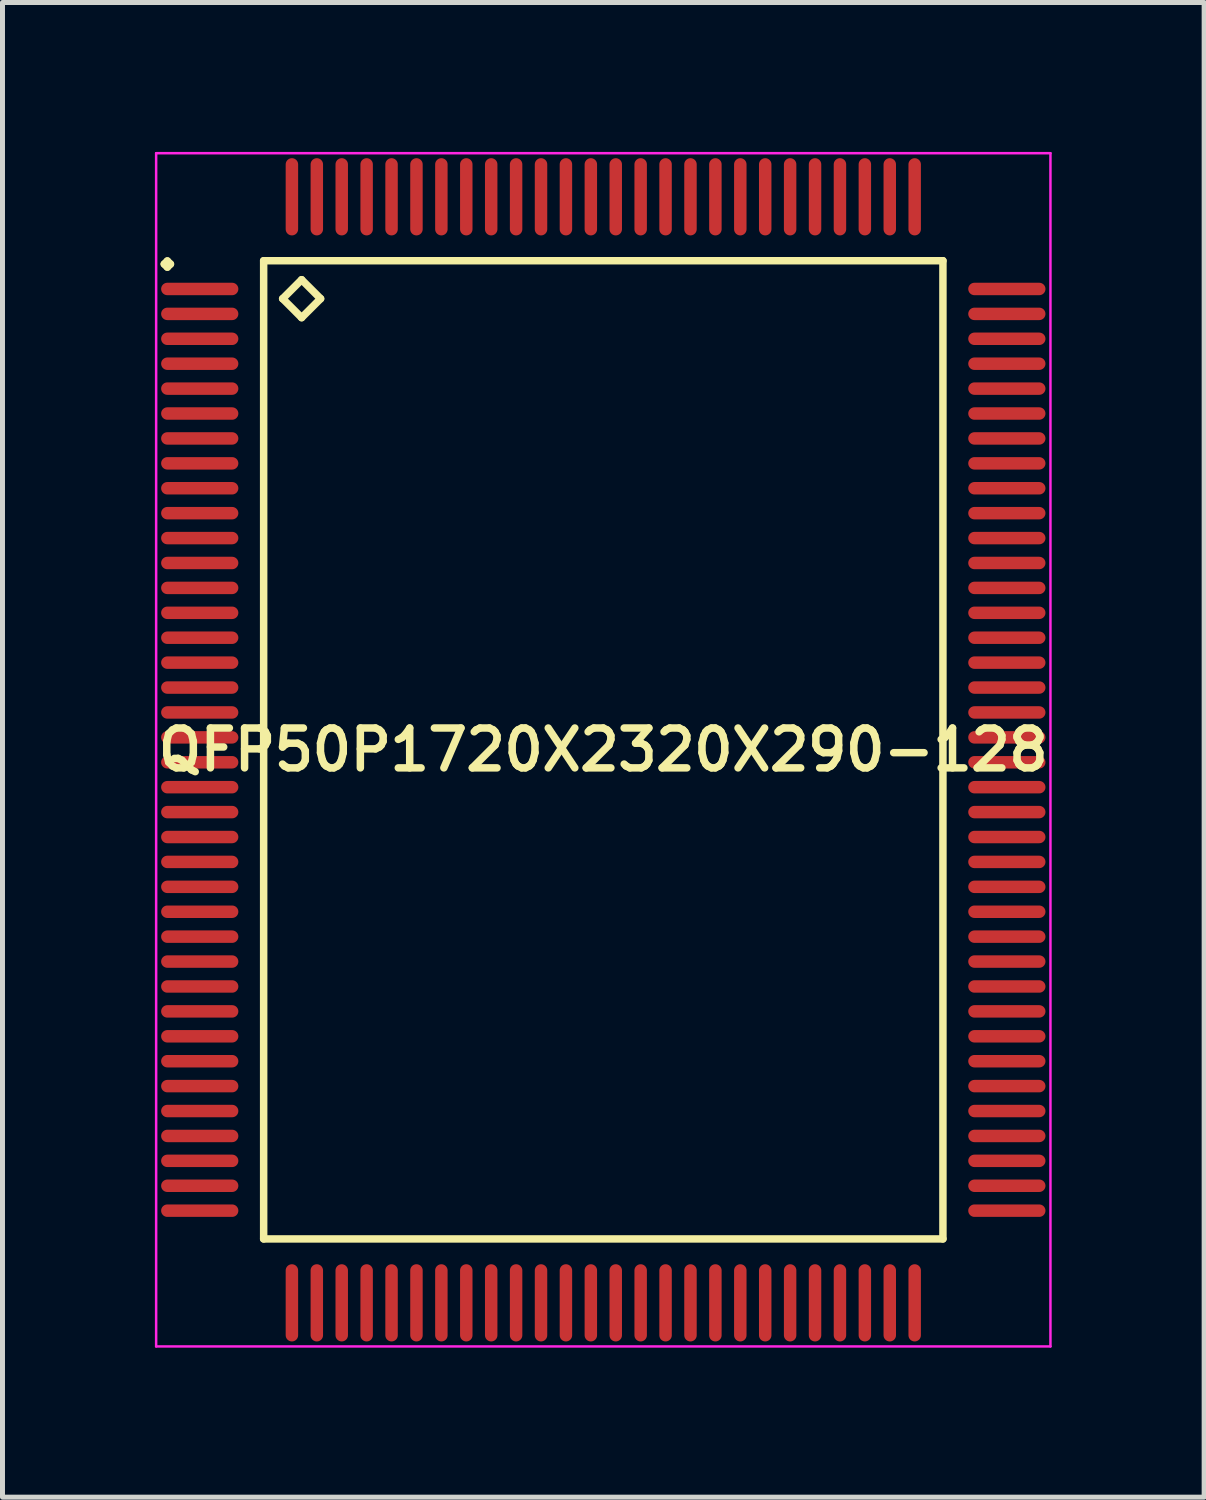
<source format=kicad_pcb>
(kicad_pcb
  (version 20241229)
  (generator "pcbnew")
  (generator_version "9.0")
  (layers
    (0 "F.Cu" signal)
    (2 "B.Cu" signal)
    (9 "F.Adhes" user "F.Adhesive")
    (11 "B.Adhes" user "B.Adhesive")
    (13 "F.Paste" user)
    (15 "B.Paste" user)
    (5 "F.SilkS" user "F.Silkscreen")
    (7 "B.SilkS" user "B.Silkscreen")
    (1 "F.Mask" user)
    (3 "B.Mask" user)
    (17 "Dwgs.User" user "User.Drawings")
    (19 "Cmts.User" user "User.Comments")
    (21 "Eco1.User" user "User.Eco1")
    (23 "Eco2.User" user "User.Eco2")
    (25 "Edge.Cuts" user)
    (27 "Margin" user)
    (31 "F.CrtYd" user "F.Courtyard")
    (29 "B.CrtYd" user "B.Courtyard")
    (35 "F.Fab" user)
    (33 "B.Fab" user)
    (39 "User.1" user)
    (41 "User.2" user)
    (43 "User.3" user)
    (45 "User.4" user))
  (footprint "QFP50P1720X2320X290-128"
    (layer "F.Cu")
    (at 9.059 12)
    (property "Reference" "QFP50P1720X2320X290-128" (at 0 0 0) (layer "F.SilkS") (effects (font (size 0.8 0.8) (thickness 0.15))))
    (attr smd)
    (fp_line (start -8.812 -9.75) (end -8.75 -9.812) (stroke (width 0.15) (type solid)) (layer "F.SilkS"))
    (fp_line (start -8.75 -9.812) (end -8.688 -9.75) (stroke (width 0.15) (type solid)) (layer "F.SilkS"))
    (fp_line (start -8.75 -9.688) (end -8.812 -9.75) (stroke (width 0.15) (type solid)) (layer "F.SilkS"))
    (fp_line (start -8.688 -9.75) (end -8.75 -9.688) (stroke (width 0.15) (type solid)) (layer "F.SilkS"))
    (fp_line (start -6.817 -9.817) (end -6.817 9.817) (stroke (width 0.15) (type solid)) (layer "F.SilkS"))
    (fp_line (start -6.817 9.817) (end 6.817 9.817) (stroke (width 0.15) (type solid)) (layer "F.SilkS"))
    (fp_line (start -6.436 -9.055) (end -6.055 -9.436) (stroke (width 0.15) (type solid)) (layer "F.SilkS"))
    (fp_line (start -6.055 -9.436) (end -5.674 -9.055) (stroke (width 0.15) (type solid)) (layer "F.SilkS"))
    (fp_line (start -6.055 -8.674) (end -6.436 -9.055) (stroke (width 0.15) (type solid)) (layer "F.SilkS"))
    (fp_line (start -5.674 -9.055) (end -6.055 -8.674) (stroke (width 0.15) (type solid)) (layer "F.SilkS"))
    (fp_line (start 6.817 -9.817) (end -6.817 -9.817) (stroke (width 0.15) (type solid)) (layer "F.SilkS"))
    (fp_line (start 6.817 9.817) (end 6.817 -9.817) (stroke (width 0.15) (type solid)) (layer "F.SilkS"))
    (fp_line (start -8.975 -11.975) (end 8.975 -11.975) (stroke (width 0.05) (type solid)) (layer "F.CrtYd"))
    (fp_line (start -8.975 11.975) (end -8.975 -11.975) (stroke (width 0.05) (type solid)) (layer "F.CrtYd"))
    (fp_line (start 8.975 -11.975) (end 8.975 11.975) (stroke (width 0.05) (type solid)) (layer "F.CrtYd"))
    (fp_line (start 8.975 11.975) (end -8.975 11.975) (stroke (width 0.05) (type solid)) (layer "F.CrtYd"))
    (pad "1" smd oval (at -8.1 -9.25) (size 1.55 0.25) (layers "F.Cu" "F.Mask" "F.Paste"))
    (pad "2" smd oval (at -8.1 -8.75) (size 1.55 0.25) (layers "F.Cu" "F.Mask" "F.Paste"))
    (pad "3" smd oval (at -8.1 -8.25) (size 1.55 0.25) (layers "F.Cu" "F.Mask" "F.Paste"))
    (pad "4" smd oval (at -8.1 -7.75) (size 1.55 0.25) (layers "F.Cu" "F.Mask" "F.Paste"))
    (pad "5" smd oval (at -8.1 -7.25) (size 1.55 0.25) (layers "F.Cu" "F.Mask" "F.Paste"))
    (pad "6" smd oval (at -8.1 -6.75) (size 1.55 0.25) (layers "F.Cu" "F.Mask" "F.Paste"))
    (pad "7" smd oval (at -8.1 -6.25) (size 1.55 0.25) (layers "F.Cu" "F.Mask" "F.Paste"))
    (pad "8" smd oval (at -8.1 -5.75) (size 1.55 0.25) (layers "F.Cu" "F.Mask" "F.Paste"))
    (pad "9" smd oval (at -8.1 -5.25) (size 1.55 0.25) (layers "F.Cu" "F.Mask" "F.Paste"))
    (pad "10" smd oval (at -8.1 -4.75) (size 1.55 0.25) (layers "F.Cu" "F.Mask" "F.Paste"))
    (pad "11" smd oval (at -8.1 -4.25) (size 1.55 0.25) (layers "F.Cu" "F.Mask" "F.Paste"))
    (pad "12" smd oval (at -8.1 -3.75) (size 1.55 0.25) (layers "F.Cu" "F.Mask" "F.Paste"))
    (pad "13" smd oval (at -8.1 -3.25) (size 1.55 0.25) (layers "F.Cu" "F.Mask" "F.Paste"))
    (pad "14" smd oval (at -8.1 -2.75) (size 1.55 0.25) (layers "F.Cu" "F.Mask" "F.Paste"))
    (pad "15" smd oval (at -8.1 -2.25) (size 1.55 0.25) (layers "F.Cu" "F.Mask" "F.Paste"))
    (pad "16" smd oval (at -8.1 -1.75) (size 1.55 0.25) (layers "F.Cu" "F.Mask" "F.Paste"))
    (pad "17" smd oval (at -8.1 -1.25) (size 1.55 0.25) (layers "F.Cu" "F.Mask" "F.Paste"))
    (pad "18" smd oval (at -8.1 -0.75) (size 1.55 0.25) (layers "F.Cu" "F.Mask" "F.Paste"))
    (pad "19" smd oval (at -8.1 -0.25) (size 1.55 0.25) (layers "F.Cu" "F.Mask" "F.Paste"))
    (pad "20" smd oval (at -8.1 0.25) (size 1.55 0.25) (layers "F.Cu" "F.Mask" "F.Paste"))
    (pad "21" smd oval (at -8.1 0.75) (size 1.55 0.25) (layers "F.Cu" "F.Mask" "F.Paste"))
    (pad "22" smd oval (at -8.1 1.25) (size 1.55 0.25) (layers "F.Cu" "F.Mask" "F.Paste"))
    (pad "23" smd oval (at -8.1 1.75) (size 1.55 0.25) (layers "F.Cu" "F.Mask" "F.Paste"))
    (pad "24" smd oval (at -8.1 2.25) (size 1.55 0.25) (layers "F.Cu" "F.Mask" "F.Paste"))
    (pad "25" smd oval (at -8.1 2.75) (size 1.55 0.25) (layers "F.Cu" "F.Mask" "F.Paste"))
    (pad "26" smd oval (at -8.1 3.25) (size 1.55 0.25) (layers "F.Cu" "F.Mask" "F.Paste"))
    (pad "27" smd oval (at -8.1 3.75) (size 1.55 0.25) (layers "F.Cu" "F.Mask" "F.Paste"))
    (pad "28" smd oval (at -8.1 4.25) (size 1.55 0.25) (layers "F.Cu" "F.Mask" "F.Paste"))
    (pad "29" smd oval (at -8.1 4.75) (size 1.55 0.25) (layers "F.Cu" "F.Mask" "F.Paste"))
    (pad "30" smd oval (at -8.1 5.25) (size 1.55 0.25) (layers "F.Cu" "F.Mask" "F.Paste"))
    (pad "31" smd oval (at -8.1 5.75) (size 1.55 0.25) (layers "F.Cu" "F.Mask" "F.Paste"))
    (pad "32" smd oval (at -8.1 6.25) (size 1.55 0.25) (layers "F.Cu" "F.Mask" "F.Paste"))
    (pad "33" smd oval (at -8.1 6.75) (size 1.55 0.25) (layers "F.Cu" "F.Mask" "F.Paste"))
    (pad "34" smd oval (at -8.1 7.25) (size 1.55 0.25) (layers "F.Cu" "F.Mask" "F.Paste"))
    (pad "35" smd oval (at -8.1 7.75) (size 1.55 0.25) (layers "F.Cu" "F.Mask" "F.Paste"))
    (pad "36" smd oval (at -8.1 8.25) (size 1.55 0.25) (layers "F.Cu" "F.Mask" "F.Paste"))
    (pad "37" smd oval (at -8.1 8.75) (size 1.55 0.25) (layers "F.Cu" "F.Mask" "F.Paste"))
    (pad "38" smd oval (at -8.1 9.25) (size 1.55 0.25) (layers "F.Cu" "F.Mask" "F.Paste"))
    (pad "39" smd oval (at -6.25 11.1) (size 0.25 1.55) (layers "F.Cu" "F.Mask" "F.Paste"))
    (pad "40" smd oval (at -5.75 11.1) (size 0.25 1.55) (layers "F.Cu" "F.Mask" "F.Paste"))
    (pad "41" smd oval (at -5.25 11.1) (size 0.25 1.55) (layers "F.Cu" "F.Mask" "F.Paste"))
    (pad "42" smd oval (at -4.75 11.1) (size 0.25 1.55) (layers "F.Cu" "F.Mask" "F.Paste"))
    (pad "43" smd oval (at -4.25 11.1) (size 0.25 1.55) (layers "F.Cu" "F.Mask" "F.Paste"))
    (pad "44" smd oval (at -3.75 11.1) (size 0.25 1.55) (layers "F.Cu" "F.Mask" "F.Paste"))
    (pad "45" smd oval (at -3.25 11.1) (size 0.25 1.55) (layers "F.Cu" "F.Mask" "F.Paste"))
    (pad "46" smd oval (at -2.75 11.1) (size 0.25 1.55) (layers "F.Cu" "F.Mask" "F.Paste"))
    (pad "47" smd oval (at -2.25 11.1) (size 0.25 1.55) (layers "F.Cu" "F.Mask" "F.Paste"))
    (pad "48" smd oval (at -1.75 11.1) (size 0.25 1.55) (layers "F.Cu" "F.Mask" "F.Paste"))
    (pad "49" smd oval (at -1.25 11.1) (size 0.25 1.55) (layers "F.Cu" "F.Mask" "F.Paste"))
    (pad "50" smd oval (at -0.75 11.1) (size 0.25 1.55) (layers "F.Cu" "F.Mask" "F.Paste"))
    (pad "51" smd oval (at -0.25 11.1) (size 0.25 1.55) (layers "F.Cu" "F.Mask" "F.Paste"))
    (pad "52" smd oval (at 0.25 11.1) (size 0.25 1.55) (layers "F.Cu" "F.Mask" "F.Paste"))
    (pad "53" smd oval (at 0.75 11.1) (size 0.25 1.55) (layers "F.Cu" "F.Mask" "F.Paste"))
    (pad "54" smd oval (at 1.25 11.1) (size 0.25 1.55) (layers "F.Cu" "F.Mask" "F.Paste"))
    (pad "55" smd oval (at 1.75 11.1) (size 0.25 1.55) (layers "F.Cu" "F.Mask" "F.Paste"))
    (pad "56" smd oval (at 2.25 11.1) (size 0.25 1.55) (layers "F.Cu" "F.Mask" "F.Paste"))
    (pad "57" smd oval (at 2.75 11.1) (size 0.25 1.55) (layers "F.Cu" "F.Mask" "F.Paste"))
    (pad "58" smd oval (at 3.25 11.1) (size 0.25 1.55) (layers "F.Cu" "F.Mask" "F.Paste"))
    (pad "59" smd oval (at 3.75 11.1) (size 0.25 1.55) (layers "F.Cu" "F.Mask" "F.Paste"))
    (pad "60" smd oval (at 4.25 11.1) (size 0.25 1.55) (layers "F.Cu" "F.Mask" "F.Paste"))
    (pad "61" smd oval (at 4.75 11.1) (size 0.25 1.55) (layers "F.Cu" "F.Mask" "F.Paste"))
    (pad "62" smd oval (at 5.25 11.1) (size 0.25 1.55) (layers "F.Cu" "F.Mask" "F.Paste"))
    (pad "63" smd oval (at 5.75 11.1) (size 0.25 1.55) (layers "F.Cu" "F.Mask" "F.Paste"))
    (pad "64" smd oval (at 6.25 11.1) (size 0.25 1.55) (layers "F.Cu" "F.Mask" "F.Paste"))
    (pad "65" smd oval (at 8.1 9.25) (size 1.55 0.25) (layers "F.Cu" "F.Mask" "F.Paste"))
    (pad "66" smd oval (at 8.1 8.75) (size 1.55 0.25) (layers "F.Cu" "F.Mask" "F.Paste"))
    (pad "67" smd oval (at 8.1 8.25) (size 1.55 0.25) (layers "F.Cu" "F.Mask" "F.Paste"))
    (pad "68" smd oval (at 8.1 7.75) (size 1.55 0.25) (layers "F.Cu" "F.Mask" "F.Paste"))
    (pad "69" smd oval (at 8.1 7.25) (size 1.55 0.25) (layers "F.Cu" "F.Mask" "F.Paste"))
    (pad "70" smd oval (at 8.1 6.75) (size 1.55 0.25) (layers "F.Cu" "F.Mask" "F.Paste"))
    (pad "71" smd oval (at 8.1 6.25) (size 1.55 0.25) (layers "F.Cu" "F.Mask" "F.Paste"))
    (pad "72" smd oval (at 8.1 5.75) (size 1.55 0.25) (layers "F.Cu" "F.Mask" "F.Paste"))
    (pad "73" smd oval (at 8.1 5.25) (size 1.55 0.25) (layers "F.Cu" "F.Mask" "F.Paste"))
    (pad "74" smd oval (at 8.1 4.75) (size 1.55 0.25) (layers "F.Cu" "F.Mask" "F.Paste"))
    (pad "75" smd oval (at 8.1 4.25) (size 1.55 0.25) (layers "F.Cu" "F.Mask" "F.Paste"))
    (pad "76" smd oval (at 8.1 3.75) (size 1.55 0.25) (layers "F.Cu" "F.Mask" "F.Paste"))
    (pad "77" smd oval (at 8.1 3.25) (size 1.55 0.25) (layers "F.Cu" "F.Mask" "F.Paste"))
    (pad "78" smd oval (at 8.1 2.75) (size 1.55 0.25) (layers "F.Cu" "F.Mask" "F.Paste"))
    (pad "79" smd oval (at 8.1 2.25) (size 1.55 0.25) (layers "F.Cu" "F.Mask" "F.Paste"))
    (pad "80" smd oval (at 8.1 1.75) (size 1.55 0.25) (layers "F.Cu" "F.Mask" "F.Paste"))
    (pad "81" smd oval (at 8.1 1.25) (size 1.55 0.25) (layers "F.Cu" "F.Mask" "F.Paste"))
    (pad "82" smd oval (at 8.1 0.75) (size 1.55 0.25) (layers "F.Cu" "F.Mask" "F.Paste"))
    (pad "83" smd oval (at 8.1 0.25) (size 1.55 0.25) (layers "F.Cu" "F.Mask" "F.Paste"))
    (pad "84" smd oval (at 8.1 -0.25) (size 1.55 0.25) (layers "F.Cu" "F.Mask" "F.Paste"))
    (pad "85" smd oval (at 8.1 -0.75) (size 1.55 0.25) (layers "F.Cu" "F.Mask" "F.Paste"))
    (pad "86" smd oval (at 8.1 -1.25) (size 1.55 0.25) (layers "F.Cu" "F.Mask" "F.Paste"))
    (pad "87" smd oval (at 8.1 -1.75) (size 1.55 0.25) (layers "F.Cu" "F.Mask" "F.Paste"))
    (pad "88" smd oval (at 8.1 -2.25) (size 1.55 0.25) (layers "F.Cu" "F.Mask" "F.Paste"))
    (pad "89" smd oval (at 8.1 -2.75) (size 1.55 0.25) (layers "F.Cu" "F.Mask" "F.Paste"))
    (pad "90" smd oval (at 8.1 -3.25) (size 1.55 0.25) (layers "F.Cu" "F.Mask" "F.Paste"))
    (pad "91" smd oval (at 8.1 -3.75) (size 1.55 0.25) (layers "F.Cu" "F.Mask" "F.Paste"))
    (pad "92" smd oval (at 8.1 -4.25) (size 1.55 0.25) (layers "F.Cu" "F.Mask" "F.Paste"))
    (pad "93" smd oval (at 8.1 -4.75) (size 1.55 0.25) (layers "F.Cu" "F.Mask" "F.Paste"))
    (pad "94" smd oval (at 8.1 -5.25) (size 1.55 0.25) (layers "F.Cu" "F.Mask" "F.Paste"))
    (pad "95" smd oval (at 8.1 -5.75) (size 1.55 0.25) (layers "F.Cu" "F.Mask" "F.Paste"))
    (pad "96" smd oval (at 8.1 -6.25) (size 1.55 0.25) (layers "F.Cu" "F.Mask" "F.Paste"))
    (pad "97" smd oval (at 8.1 -6.75) (size 1.55 0.25) (layers "F.Cu" "F.Mask" "F.Paste"))
    (pad "98" smd oval (at 8.1 -7.25) (size 1.55 0.25) (layers "F.Cu" "F.Mask" "F.Paste"))
    (pad "99" smd oval (at 8.1 -7.75) (size 1.55 0.25) (layers "F.Cu" "F.Mask" "F.Paste"))
    (pad "100" smd oval (at 8.1 -8.25) (size 1.55 0.25) (layers "F.Cu" "F.Mask" "F.Paste"))
    (pad "101" smd oval (at 8.1 -8.75) (size 1.55 0.25) (layers "F.Cu" "F.Mask" "F.Paste"))
    (pad "102" smd oval (at 8.1 -9.25) (size 1.55 0.25) (layers "F.Cu" "F.Mask" "F.Paste"))
    (pad "103" smd oval (at 6.25 -11.1) (size 0.25 1.55) (layers "F.Cu" "F.Mask" "F.Paste"))
    (pad "104" smd oval (at 5.75 -11.1) (size 0.25 1.55) (layers "F.Cu" "F.Mask" "F.Paste"))
    (pad "105" smd oval (at 5.25 -11.1) (size 0.25 1.55) (layers "F.Cu" "F.Mask" "F.Paste"))
    (pad "106" smd oval (at 4.75 -11.1) (size 0.25 1.55) (layers "F.Cu" "F.Mask" "F.Paste"))
    (pad "107" smd oval (at 4.25 -11.1) (size 0.25 1.55) (layers "F.Cu" "F.Mask" "F.Paste"))
    (pad "108" smd oval (at 3.75 -11.1) (size 0.25 1.55) (layers "F.Cu" "F.Mask" "F.Paste"))
    (pad "109" smd oval (at 3.25 -11.1) (size 0.25 1.55) (layers "F.Cu" "F.Mask" "F.Paste"))
    (pad "110" smd oval (at 2.75 -11.1) (size 0.25 1.55) (layers "F.Cu" "F.Mask" "F.Paste"))
    (pad "111" smd oval (at 2.25 -11.1) (size 0.25 1.55) (layers "F.Cu" "F.Mask" "F.Paste"))
    (pad "112" smd oval (at 1.75 -11.1) (size 0.25 1.55) (layers "F.Cu" "F.Mask" "F.Paste"))
    (pad "113" smd oval (at 1.25 -11.1) (size 0.25 1.55) (layers "F.Cu" "F.Mask" "F.Paste"))
    (pad "114" smd oval (at 0.75 -11.1) (size 0.25 1.55) (layers "F.Cu" "F.Mask" "F.Paste"))
    (pad "115" smd oval (at 0.25 -11.1) (size 0.25 1.55) (layers "F.Cu" "F.Mask" "F.Paste"))
    (pad "116" smd oval (at -0.25 -11.1) (size 0.25 1.55) (layers "F.Cu" "F.Mask" "F.Paste"))
    (pad "117" smd oval (at -0.75 -11.1) (size 0.25 1.55) (layers "F.Cu" "F.Mask" "F.Paste"))
    (pad "118" smd oval (at -1.25 -11.1) (size 0.25 1.55) (layers "F.Cu" "F.Mask" "F.Paste"))
    (pad "119" smd oval (at -1.75 -11.1) (size 0.25 1.55) (layers "F.Cu" "F.Mask" "F.Paste"))
    (pad "120" smd oval (at -2.25 -11.1) (size 0.25 1.55) (layers "F.Cu" "F.Mask" "F.Paste"))
    (pad "121" smd oval (at -2.75 -11.1) (size 0.25 1.55) (layers "F.Cu" "F.Mask" "F.Paste"))
    (pad "122" smd oval (at -3.25 -11.1) (size 0.25 1.55) (layers "F.Cu" "F.Mask" "F.Paste"))
    (pad "123" smd oval (at -3.75 -11.1) (size 0.25 1.55) (layers "F.Cu" "F.Mask" "F.Paste"))
    (pad "124" smd oval (at -4.25 -11.1) (size 0.25 1.55) (layers "F.Cu" "F.Mask" "F.Paste"))
    (pad "125" smd oval (at -4.75 -11.1) (size 0.25 1.55) (layers "F.Cu" "F.Mask" "F.Paste"))
    (pad "126" smd oval (at -5.25 -11.1) (size 0.25 1.55) (layers "F.Cu" "F.Mask" "F.Paste"))
    (pad "127" smd oval (at -5.75 -11.1) (size 0.25 1.55) (layers "F.Cu" "F.Mask" "F.Paste"))
    (pad "128" smd oval (at -6.25 -11.1) (size 0.25 1.55) (layers "F.Cu" "F.Mask" "F.Paste")))
  (gr_rect
    (start -3 -3)
    (end 21.119 27)
    (stroke (width 0.1) (type default))
    (fill no)
    (layer "Edge.Cuts")))
</source>
